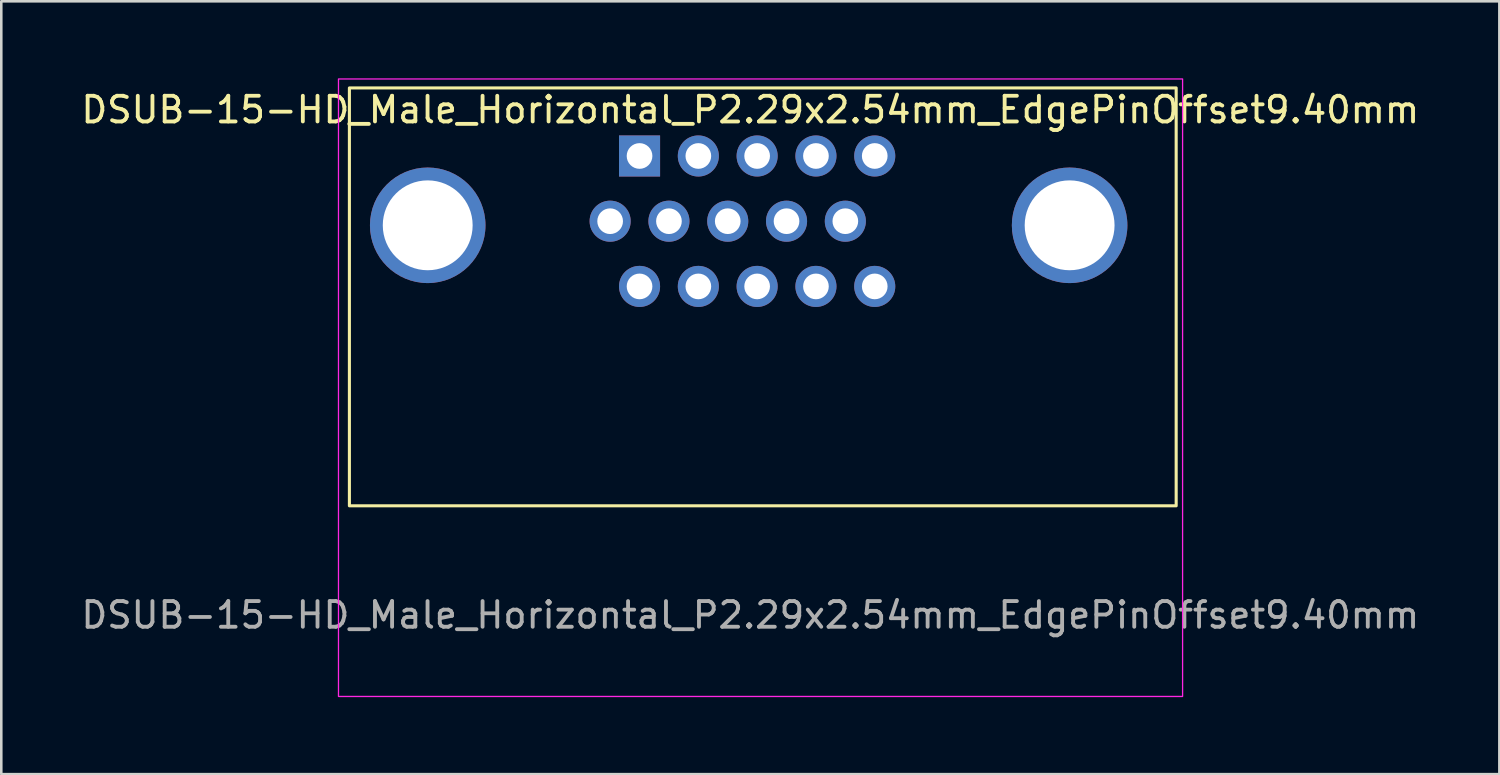
<source format=kicad_pcb>
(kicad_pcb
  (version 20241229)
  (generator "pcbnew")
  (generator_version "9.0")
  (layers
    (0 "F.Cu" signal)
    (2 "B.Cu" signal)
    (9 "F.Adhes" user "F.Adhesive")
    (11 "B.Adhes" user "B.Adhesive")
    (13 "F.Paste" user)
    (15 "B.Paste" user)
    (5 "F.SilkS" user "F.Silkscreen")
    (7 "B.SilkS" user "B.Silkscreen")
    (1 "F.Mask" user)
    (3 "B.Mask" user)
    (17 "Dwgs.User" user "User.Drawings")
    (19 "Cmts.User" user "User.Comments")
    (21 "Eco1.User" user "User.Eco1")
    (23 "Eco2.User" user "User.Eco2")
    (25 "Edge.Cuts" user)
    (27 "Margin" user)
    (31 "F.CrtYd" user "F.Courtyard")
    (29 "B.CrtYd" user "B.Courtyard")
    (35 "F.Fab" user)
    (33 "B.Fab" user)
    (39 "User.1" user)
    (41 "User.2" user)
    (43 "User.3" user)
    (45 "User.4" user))
  (footprint "DSUB-15-HD_Male_Horizontal_P2.29x2.54mm_EdgePinOffset9.40mm"
    (layer "F.Cu")
    (at 21.858 3.025)
    (property "Reference" "DSUB-15-HD_Male_Horizontal_P2.29x2.54mm_EdgePinOffset9.40mm" (at 4.315 -1.8 0) (layer "F.SilkS") (effects (font (size 1 1) (thickness 0.15))))
    (attr through_hole)
    (fp_rect (start -11.3 -2.65) (end 20.9 13.625) (stroke (width 0.12) (type default)) (fill no) (layer "F.SilkS"))
    (fp_rect (start -11.725 -3) (end 21.15 21.05) (stroke (width 0.05) (type default)) (fill no) (layer "F.CrtYd"))
    (fp_text user "${REFERENCE}" (at 4.315 17.88 0) (layer "F.Fab") (effects (font (size 1 1) (thickness 0.15))))
    (pad "1" thru_hole rect (at 0 0) (size 1.6 1.6) (drill 1) (layers "*.Cu" "*.Mask"))
    (pad "2" thru_hole circle (at 2.29 0) (size 1.6 1.6) (drill 1) (layers "*.Cu" "*.Mask"))
    (pad "3" thru_hole circle (at 4.58 0) (size 1.6 1.6) (drill 1) (layers "*.Cu" "*.Mask"))
    (pad "4" thru_hole circle (at 6.87 0) (size 1.6 1.6) (drill 1) (layers "*.Cu" "*.Mask"))
    (pad "5" thru_hole circle (at 9.16 0) (size 1.6 1.6) (drill 1) (layers "*.Cu" "*.Mask"))
    (pad "6" thru_hole circle (at -1.145 2.54) (size 1.6 1.6) (drill 1) (layers "*.Cu" "*.Mask"))
    (pad "7" thru_hole circle (at 1.145 2.54) (size 1.6 1.6) (drill 1) (layers "*.Cu" "*.Mask"))
    (pad "8" thru_hole circle (at 3.435 2.54) (size 1.6 1.6) (drill 1) (layers "*.Cu" "*.Mask"))
    (pad "9" thru_hole circle (at 5.725 2.54) (size 1.6 1.6) (drill 1) (layers "*.Cu" "*.Mask"))
    (pad "10" thru_hole circle (at 8.015 2.54) (size 1.6 1.6) (drill 1) (layers "*.Cu" "*.Mask"))
    (pad "11" thru_hole circle (at 0 5.08) (size 1.6 1.6) (drill 1) (layers "*.Cu" "*.Mask"))
    (pad "12" thru_hole circle (at 2.29 5.08) (size 1.6 1.6) (drill 1) (layers "*.Cu" "*.Mask"))
    (pad "13" thru_hole circle (at 4.58 5.08) (size 1.6 1.6) (drill 1) (layers "*.Cu" "*.Mask"))
    (pad "14" thru_hole circle (at 6.87 5.08) (size 1.6 1.6) (drill 1) (layers "*.Cu" "*.Mask"))
    (pad "15" thru_hole circle (at 9.16 5.08) (size 1.6 1.6) (drill 1) (layers "*.Cu" "*.Mask"))
    (pad "16" thru_hole circle (at -8.25 2.7) (size 4.5 4.5) (drill 3.5) (layers "*.Cu" "*.Mask"))
    (pad "17" thru_hole circle (at 16.75 2.7) (size 4.5 4.5) (drill 3.5) (layers "*.Cu" "*.Mask")))
  (gr_rect
    (start -3 -3)
    (end 55.345 27.1)
    (stroke (width 0.1) (type default))
    (fill no)
    (layer "Edge.Cuts")))
</source>
